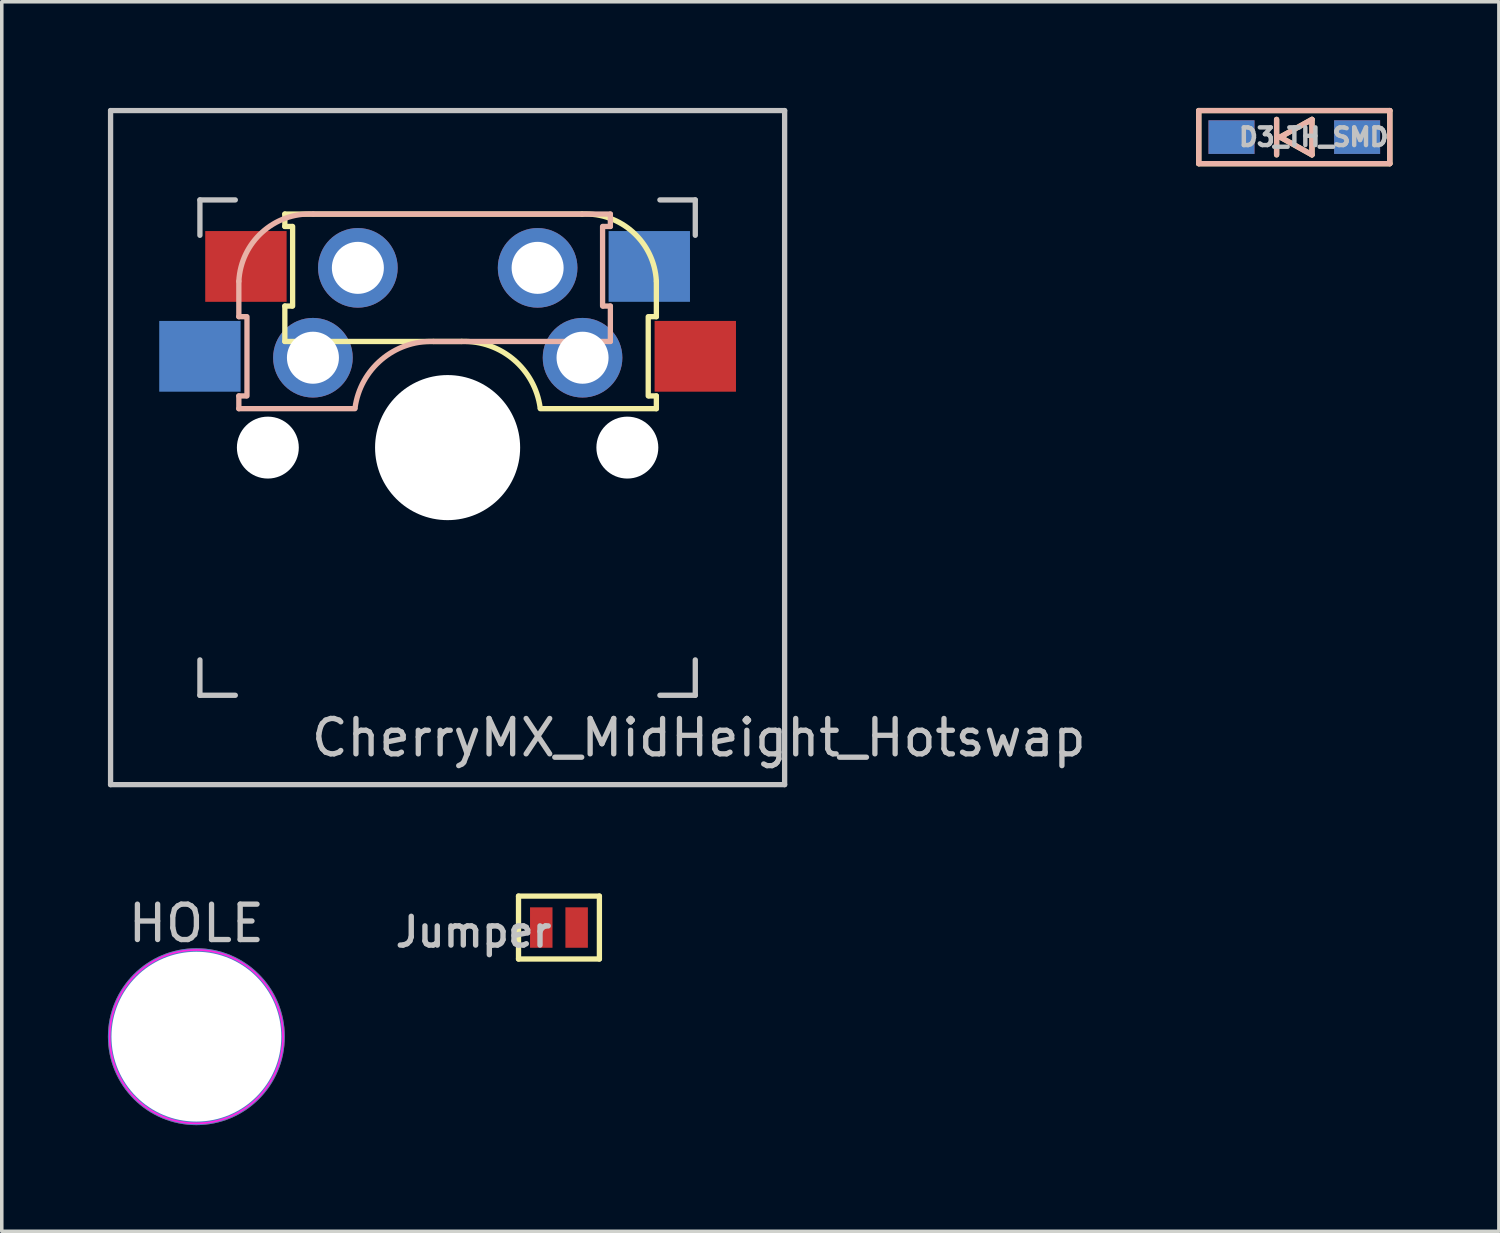
<source format=kicad_pcb>
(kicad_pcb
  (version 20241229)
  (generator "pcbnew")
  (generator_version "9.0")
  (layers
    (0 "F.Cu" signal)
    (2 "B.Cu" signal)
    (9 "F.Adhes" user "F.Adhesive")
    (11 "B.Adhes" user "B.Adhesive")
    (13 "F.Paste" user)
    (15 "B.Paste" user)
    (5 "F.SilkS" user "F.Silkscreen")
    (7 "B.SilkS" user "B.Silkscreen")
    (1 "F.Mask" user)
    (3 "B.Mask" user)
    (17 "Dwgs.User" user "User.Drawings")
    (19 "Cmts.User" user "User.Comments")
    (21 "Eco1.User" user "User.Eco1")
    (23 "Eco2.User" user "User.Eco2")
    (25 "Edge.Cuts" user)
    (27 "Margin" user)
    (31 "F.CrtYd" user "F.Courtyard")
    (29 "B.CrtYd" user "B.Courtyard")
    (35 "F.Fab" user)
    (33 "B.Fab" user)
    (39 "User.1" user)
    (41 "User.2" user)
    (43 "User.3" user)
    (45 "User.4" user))
  (footprint "Jumper"
    (layer "F.Cu")
    (at 12.747 23.164)
    (property "Reference" "Jumper" (at -2.413 0.127 0) (layer "Dwgs.User") (effects (font (size 0.813 0.813) (thickness 0.152))))
    (attr smd)
    (fp_line (start -1.143 -0.889) (end 1.143 -0.889) (stroke (width 0.15) (type solid)) (layer "F.SilkS"))
    (fp_line (start -1.143 0.889) (end -1.143 -0.889) (stroke (width 0.15) (type solid)) (layer "F.SilkS"))
    (fp_line (start 1.143 -0.889) (end 1.143 0.889) (stroke (width 0.15) (type solid)) (layer "F.SilkS"))
    (fp_line (start 1.143 0.889) (end -1.143 0.889) (stroke (width 0.15) (type solid)) (layer "F.SilkS"))
    (pad "1" smd rect (at -0.5 0) (size 0.635 1.143) (layers "F.Cu" "F.Mask" "F.Paste"))
    (pad "2" smd rect (at 0.5 0) (size 0.635 1.143) (layers "F.Cu" "F.Mask" "F.Paste")))
  (footprint "CherryMX_MidHeight_Hotswap"
    (layer "F.Cu")
    (at 9.6 9.6)
    (property "Reference" "CherryMX_MidHeight_Hotswap" (at 7.1 8.2 0) (layer "Dwgs.User") (effects (font (size 1 1) (thickness 0.15))))
    (attr through_hole)
    (fp_line (start -4.6 -6.6) (end 3.8 -6.6) (stroke (width 0.15) (type solid)) (layer "F.SilkS"))
    (fp_line (start -4.6 -6.25) (end -4.6 -6.6) (stroke (width 0.15) (type solid)) (layer "F.SilkS"))
    (fp_line (start -4.6 -4) (end -4.4 -4) (stroke (width 0.15) (type solid)) (layer "F.SilkS"))
    (fp_line (start -4.6 -3) (end -4.6 -4) (stroke (width 0.15) (type solid)) (layer "F.SilkS"))
    (fp_line (start -4.4 -6.25) (end -4.6 -6.25) (stroke (width 0.15) (type solid)) (layer "F.SilkS"))
    (fp_line (start -4.38 -4) (end -4.38 -6.25) (stroke (width 0.15) (type solid)) (layer "F.SilkS"))
    (fp_line (start 0.4 -3) (end -4.6 -3) (stroke (width 0.15) (type solid)) (layer "F.SilkS"))
    (fp_line (start 5.67 -3.7) (end 5.67 -1.46) (stroke (width 0.15) (type solid)) (layer "F.SilkS"))
    (fp_line (start 5.7 -1.46) (end 5.9 -1.46) (stroke (width 0.15) (type solid)) (layer "F.SilkS"))
    (fp_line (start 5.9 -4.7) (end 5.9 -3.7) (stroke (width 0.15) (type solid)) (layer "F.SilkS"))
    (fp_line (start 5.9 -3.7) (end 5.7 -3.7) (stroke (width 0.15) (type solid)) (layer "F.SilkS"))
    (fp_line (start 5.9 -1.1) (end 2.62 -1.1) (stroke (width 0.15) (type solid)) (layer "F.SilkS"))
    (fp_line (start 5.9 -1.1) (end 5.9 -1.46) (stroke (width 0.15) (type solid)) (layer "F.SilkS"))
    (fp_arc (start 0.4 -3) (mid 1.868709 -2.486118) (end 2.616318 -1.121471) (stroke (width 0.15) (type solid)) (layer "F.SilkS"))
    (fp_arc (start 3.8 -6.600001) (mid 5.243504 -6.084925) (end 5.900001 -4.7) (stroke (width 0.15) (type solid)) (layer "F.SilkS"))
    (fp_line (start -5.9 -4.7) (end -5.9 -3.7) (stroke (width 0.15) (type solid)) (layer "B.SilkS"))
    (fp_line (start -5.9 -3.7) (end -5.7 -3.7) (stroke (width 0.15) (type solid)) (layer "B.SilkS"))
    (fp_line (start -5.9 -1.1) (end -5.9 -1.46) (stroke (width 0.15) (type solid)) (layer "B.SilkS"))
    (fp_line (start -5.9 -1.1) (end -2.62 -1.1) (stroke (width 0.15) (type solid)) (layer "B.SilkS"))
    (fp_line (start -5.7 -1.46) (end -5.9 -1.46) (stroke (width 0.15) (type solid)) (layer "B.SilkS"))
    (fp_line (start -5.67 -3.7) (end -5.67 -1.46) (stroke (width 0.15) (type solid)) (layer "B.SilkS"))
    (fp_line (start -0.4 -3) (end 4.6 -3) (stroke (width 0.15) (type solid)) (layer "B.SilkS"))
    (fp_line (start 4.38 -4) (end 4.38 -6.25) (stroke (width 0.15) (type solid)) (layer "B.SilkS"))
    (fp_line (start 4.4 -6.25) (end 4.6 -6.25) (stroke (width 0.15) (type solid)) (layer "B.SilkS"))
    (fp_line (start 4.6 -6.6) (end -3.8 -6.6) (stroke (width 0.15) (type solid)) (layer "B.SilkS"))
    (fp_line (start 4.6 -6.25) (end 4.6 -6.6) (stroke (width 0.15) (type solid)) (layer "B.SilkS"))
    (fp_line (start 4.6 -4) (end 4.4 -4) (stroke (width 0.15) (type solid)) (layer "B.SilkS"))
    (fp_line (start 4.6 -3) (end 4.6 -4) (stroke (width 0.15) (type solid)) (layer "B.SilkS"))
    (fp_arc (start -5.9 -4.699999) (mid -5.243504 -6.084924) (end -3.800001 -6.6) (stroke (width 0.15) (type solid)) (layer "B.SilkS"))
    (fp_arc (start -2.616318 -1.121471) (mid -1.868709 -2.486118) (end -0.4 -3) (stroke (width 0.15) (type solid)) (layer "B.SilkS"))
    (fp_line (start -9.525 -9.525) (end 9.525 -9.525) (stroke (width 0.15) (type solid)) (layer "Dwgs.User"))
    (fp_line (start -9.525 9.525) (end -9.525 -9.525) (stroke (width 0.15) (type solid)) (layer "Dwgs.User"))
    (fp_line (start -7 -7) (end -6 -7) (stroke (width 0.15) (type solid)) (layer "Dwgs.User"))
    (fp_line (start -7 -6) (end -7 -7) (stroke (width 0.15) (type solid)) (layer "Dwgs.User"))
    (fp_line (start -7 6) (end -7 7) (stroke (width 0.15) (type solid)) (layer "Dwgs.User"))
    (fp_line (start -7 7) (end -6 7) (stroke (width 0.15) (type solid)) (layer "Dwgs.User"))
    (fp_line (start 6 7) (end 7 7) (stroke (width 0.15) (type solid)) (layer "Dwgs.User"))
    (fp_line (start 7 -7) (end 6 -7) (stroke (width 0.15) (type solid)) (layer "Dwgs.User"))
    (fp_line (start 7 -7) (end 7 -6) (stroke (width 0.15) (type solid)) (layer "Dwgs.User"))
    (fp_line (start 7 7) (end 7 6) (stroke (width 0.15) (type solid)) (layer "Dwgs.User"))
    (fp_line (start 9.525 -9.525) (end 9.525 9.525) (stroke (width 0.15) (type solid)) (layer "Dwgs.User"))
    (fp_line (start 9.525 9.525) (end -9.525 9.525) (stroke (width 0.15) (type solid)) (layer "Dwgs.User"))
    (pad "" np_thru_hole circle (at -5.08 0) (size 1.75 1.75) (drill 1.75) (layers "*.Cu" "*.Mask"))
    (pad "" np_thru_hole circle (at 0 0 90) (size 4.1 4.1) (drill 4.1) (layers "*.Cu" "*.Mask"))
    (pad "" np_thru_hole circle (at 5.08 0) (size 1.75 1.75) (drill 1.75) (layers "*.Cu" "*.Mask"))
    (pad "1" smd rect (at -7 -2.58 180) (size 2.3 2) (layers "B.Cu" "B.Mask" "B.Paste"))
    (pad "1" thru_hole circle (at -3.806 -2.54) (size 2.25 2.25) (drill 1.47) (layers "*.Cu" "B.Mask"))
    (pad "1" thru_hole circle (at 3.814 -2.54) (size 2.25 2.25) (drill 1.47) (layers "*.Cu" "B.Mask"))
    (pad "1" smd rect (at 7 -2.58 180) (size 2.3 2) (layers "F.Cu" "F.Mask" "F.Paste"))
    (pad "2" smd rect (at -5.7 -5.12 180) (size 2.3 2) (layers "F.Cu" "F.Mask" "F.Paste"))
    (pad "2" thru_hole circle (at -2.536 -5.08) (size 2.25 2.25) (drill 1.47) (layers "*.Cu" "B.Mask"))
    (pad "2" thru_hole circle (at 2.544 -5.08) (size 2.25 2.25) (drill 1.47) (layers "*.Cu" "B.Mask"))
    (pad "2" smd rect (at 5.7 -5.12 180) (size 2.3 2) (layers "B.Cu" "B.Mask" "B.Paste")))
  (footprint "HOLE"
    (layer "F.Cu")
    (at 2.5 26.248)
    (property "Reference" "HOLE" (at 0 -3.2 0) (layer "Dwgs.User") (effects (font (size 1 1) (thickness 0.15))))
    (attr exclude_from_pos_files exclude_from_bom)
    (fp_circle (center 0 0) (end 2.2 0) (stroke (width 0.15) (type solid)) (fill no) (layer "Cmts.User"))
    (fp_circle (center 0 0) (end 2.45 0) (stroke (width 0.05) (type solid)) (fill no) (layer "F.CrtYd"))
    (fp_text user "${REFERENCE}" (at 0.3 0 0) (layer "F.Fab") (effects (font (size 1 1) (thickness 0.15))))
    (pad "" np_thru_hole circle (at 0 0) (size 5 5) (drill 4.8) (layers "*.Cu" "*.Mask")))
  (footprint "D3_TH_SMD"
    (layer "F.Cu")
    (at 33.529 0.825)
    (property "Reference" "D3_TH_SMD" (at 0.55 0 0) (layer "Dwgs.User") (effects (font (size 0.5 0.5) (thickness 0.125))))
    (attr through_hole)
    (fp_line (start -2.7 -0.75) (end -2.7 0.75) (stroke (width 0.15) (type solid)) (layer "F.SilkS"))
    (fp_line (start -2.7 0.75) (end 2.7 0.75) (stroke (width 0.15) (type solid)) (layer "F.SilkS"))
    (fp_line (start -0.5 -0.5) (end -0.5 0.5) (stroke (width 0.15) (type solid)) (layer "F.SilkS"))
    (fp_line (start -0.4 0) (end 0.5 -0.5) (stroke (width 0.15) (type solid)) (layer "F.SilkS"))
    (fp_line (start 0.5 -0.5) (end 0.5 0.5) (stroke (width 0.15) (type solid)) (layer "F.SilkS"))
    (fp_line (start 0.5 0.5) (end -0.4 0) (stroke (width 0.15) (type solid)) (layer "F.SilkS"))
    (fp_line (start 2.7 -0.75) (end -2.7 -0.75) (stroke (width 0.15) (type solid)) (layer "F.SilkS"))
    (fp_line (start 2.7 0.75) (end 2.7 -0.75) (stroke (width 0.15) (type solid)) (layer "F.SilkS"))
    (fp_line (start -2.7 -0.75) (end -2.7 0.75) (stroke (width 0.15) (type solid)) (layer "B.SilkS"))
    (fp_line (start -2.7 0.75) (end 2.7 0.75) (stroke (width 0.15) (type solid)) (layer "B.SilkS"))
    (fp_line (start -0.5 -0.5) (end -0.5 0.5) (stroke (width 0.15) (type solid)) (layer "B.SilkS"))
    (fp_line (start -0.4 0) (end 0.5 -0.5) (stroke (width 0.15) (type solid)) (layer "B.SilkS"))
    (fp_line (start 0.5 -0.5) (end 0.5 0.5) (stroke (width 0.15) (type solid)) (layer "B.SilkS"))
    (fp_line (start 0.5 0.5) (end -0.4 0) (stroke (width 0.15) (type solid)) (layer "B.SilkS"))
    (fp_line (start 2.7 -0.75) (end -2.7 -0.75) (stroke (width 0.15) (type solid)) (layer "B.SilkS"))
    (fp_line (start 2.7 0.75) (end 2.7 -0.75) (stroke (width 0.15) (type solid)) (layer "B.SilkS"))
    (pad "1" smd rect (at -1.775 0) (size 1.3 0.95) (layers "F.Cu" "F.Mask" "F.Paste"))
    (pad "1" smd rect (at -1.775 0) (size 1.3 0.95) (layers "B.Cu" "B.Mask" "B.Paste"))
    (pad "2" smd rect (at 1.775 0) (size 1.3 0.95) (layers "F.Cu" "F.Mask" "F.Paste"))
    (pad "2" smd rect (at 1.775 0) (size 1.3 0.95) (layers "B.Cu" "B.Mask" "B.Paste")))
  (gr_rect
    (start -3 -3)
    (end 39.311 31.748)
    (stroke (width 0.1) (type default))
    (fill no)
    (layer "Edge.Cuts")))
</source>
